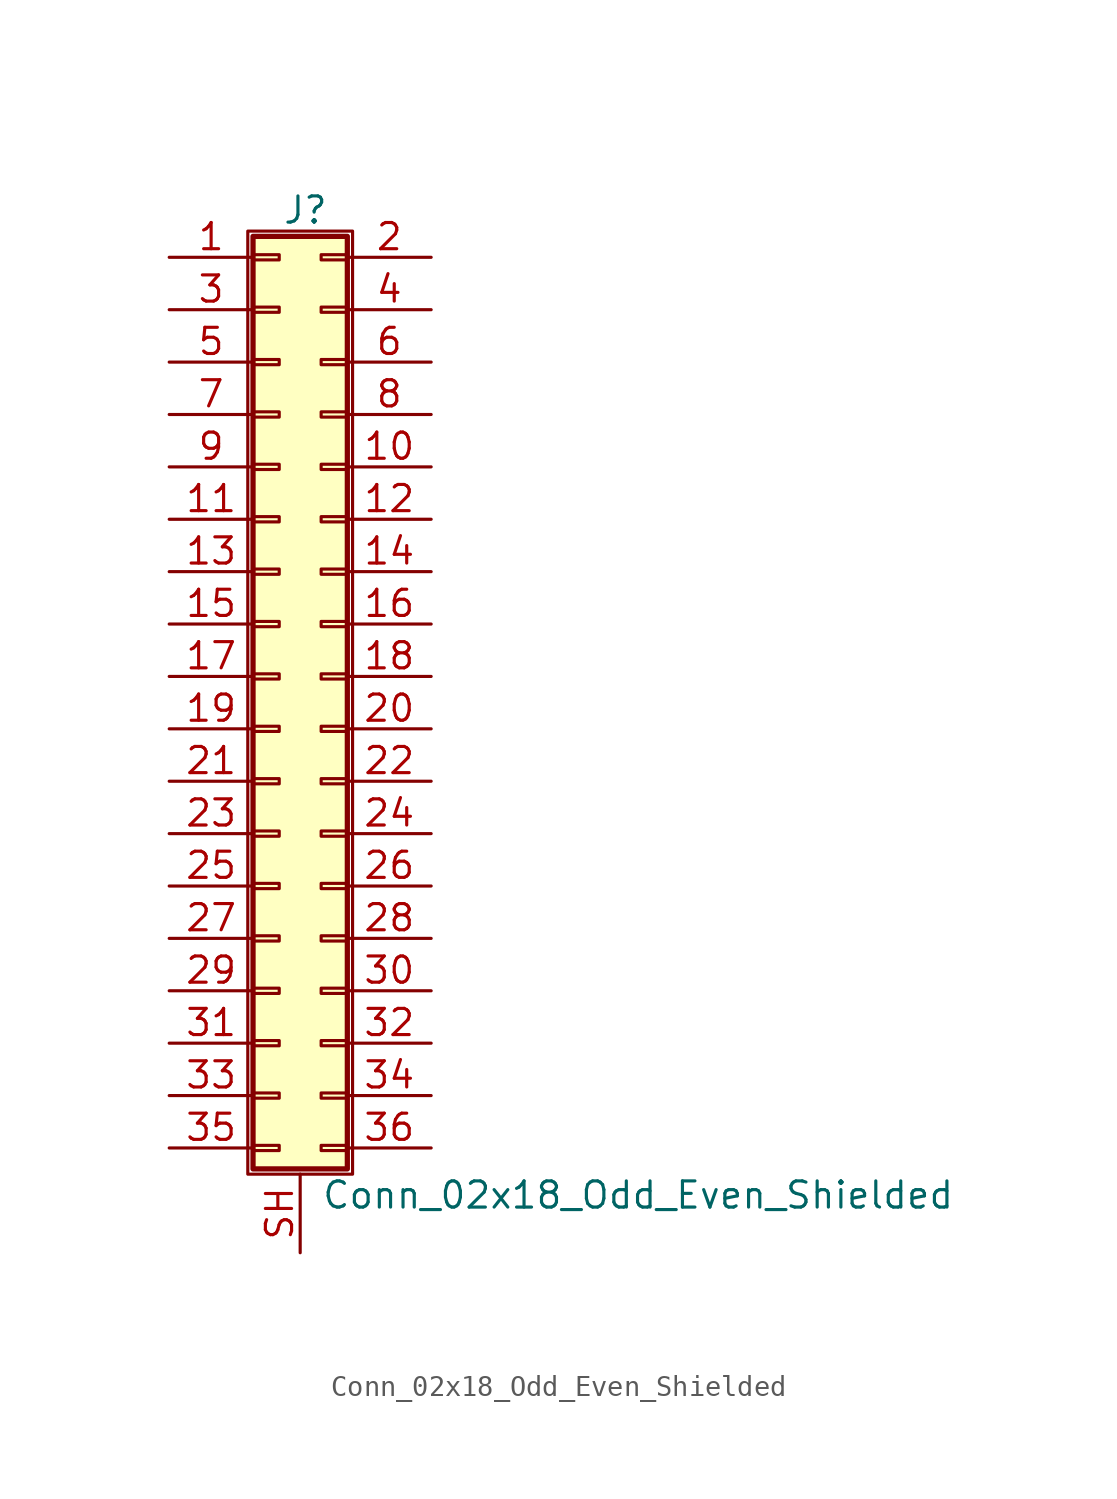
<source format=kicad_sym>
(kicad_symbol_lib
  (version 20201005)
  (generator kicad_symbol_editor)
  (symbol "Conn_02x18_Odd_Even_Shielded"
    (pin_names
      (offset 1.016) hide)
    (property "Reference" "J"
      (at 1.524 22.606 0)
      (effects (font (size 1.27 1.27))))
    (property "Value" "Conn_02x18_Odd_Even_Shielded"
      (at 2.286 -25.146 0)
      (effects (font (size 1.27 1.27)) (justify left)))
    (symbol "Conn_02x18_Odd_Even_Shielded_1_1"
      (rectangle (start -1.27 21.59) (end 3.81 -24.13) (stroke (width 0.152)) (fill (type none)))
      (rectangle (start -1.016 -22.733) (end 0.254 -22.987) (stroke (width 0.152)) (fill (type none)))
      (rectangle (start -1.016 -20.193) (end 0.254 -20.447) (stroke (width 0.152)) (fill (type none)))
      (rectangle (start -1.016 -17.653) (end 0.254 -17.907) (stroke (width 0.152)) (fill (type none)))
      (rectangle (start -1.016 -15.113) (end 0.254 -15.367) (stroke (width 0.152)) (fill (type none)))
      (rectangle (start -1.016 -12.573) (end 0.254 -12.827) (stroke (width 0.152)) (fill (type none)))
      (rectangle (start -1.016 -10.033) (end 0.254 -10.287) (stroke (width 0.152)) (fill (type none)))
      (rectangle (start -1.016 -7.493) (end 0.254 -7.747) (stroke (width 0.152)) (fill (type none)))
      (rectangle (start -1.016 -4.953) (end 0.254 -5.207) (stroke (width 0.152)) (fill (type none)))
      (rectangle (start -1.016 -2.413) (end 0.254 -2.667) (stroke (width 0.152)) (fill (type none)))
      (rectangle (start -1.016 0.127) (end 0.254 -0.127) (stroke (width 0.152)) (fill (type none)))
      (rectangle (start -1.016 2.667) (end 0.254 2.413) (stroke (width 0.152)) (fill (type none)))
      (rectangle (start -1.016 5.207) (end 0.254 4.953) (stroke (width 0.152)) (fill (type none)))
      (rectangle (start -1.016 7.747) (end 0.254 7.493) (stroke (width 0.152)) (fill (type none)))
      (rectangle (start -1.016 10.287) (end 0.254 10.033) (stroke (width 0.152)) (fill (type none)))
      (rectangle (start -1.016 12.827) (end 0.254 12.573) (stroke (width 0.152)) (fill (type none)))
      (rectangle (start -1.016 15.367) (end 0.254 15.113) (stroke (width 0.152)) (fill (type none)))
      (rectangle (start -1.016 17.907) (end 0.254 17.653) (stroke (width 0.152)) (fill (type none)))
      (rectangle (start -1.016 20.447) (end 0.254 20.193) (stroke (width 0.152)) (fill (type none)))
      (rectangle (start 3.556 -22.733) (end 2.286 -22.987) (stroke (width 0.152)) (fill (type none)))
      (rectangle (start 3.556 -20.193) (end 2.286 -20.447) (stroke (width 0.152)) (fill (type none)))
      (rectangle (start 3.556 -17.653) (end 2.286 -17.907) (stroke (width 0.152)) (fill (type none)))
      (rectangle (start 3.556 -15.113) (end 2.286 -15.367) (stroke (width 0.152)) (fill (type none)))
      (rectangle (start 3.556 -12.573) (end 2.286 -12.827) (stroke (width 0.152)) (fill (type none)))
      (rectangle (start 3.556 -10.033) (end 2.286 -10.287) (stroke (width 0.152)) (fill (type none)))
      (rectangle (start 3.556 -7.493) (end 2.286 -7.747) (stroke (width 0.152)) (fill (type none)))
      (rectangle (start 3.556 -4.953) (end 2.286 -5.207) (stroke (width 0.152)) (fill (type none)))
      (rectangle (start 3.556 -2.413) (end 2.286 -2.667) (stroke (width 0.152)) (fill (type none)))
      (rectangle (start 3.556 0.127) (end 2.286 -0.127) (stroke (width 0.152)) (fill (type none)))
      (rectangle (start 3.556 2.667) (end 2.286 2.413) (stroke (width 0.152)) (fill (type none)))
      (rectangle (start 3.556 5.207) (end 2.286 4.953) (stroke (width 0.152)) (fill (type none)))
      (rectangle (start 3.556 7.747) (end 2.286 7.493) (stroke (width 0.152)) (fill (type none)))
      (rectangle (start 3.556 10.287) (end 2.286 10.033) (stroke (width 0.152)) (fill (type none)))
      (rectangle (start 3.556 12.827) (end 2.286 12.573) (stroke (width 0.152)) (fill (type none)))
      (rectangle (start 3.556 15.367) (end 2.286 15.113) (stroke (width 0.152)) (fill (type none)))
      (rectangle (start 3.556 17.907) (end 2.286 17.653) (stroke (width 0.152)) (fill (type none)))
      (rectangle (start 3.556 20.447) (end 2.286 20.193) (stroke (width 0.152)) (fill (type none)))
      (rectangle (start -1.016 21.336) (end 3.556 -23.876) (stroke (width 0.254)) (fill (type background)))
      (pin passive line (at -5.08 20.32 0) (length 4.064) (name "Pin_1" (effects (font (size 1.27 1.27)))) (number "1" (effects (font (size 1.27 1.27)))))
      (pin passive line (at 7.62 10.16 180) (length 4.064) (name "Pin_10" (effects (font (size 1.27 1.27)))) (number "10" (effects (font (size 1.27 1.27)))))
      (pin passive line (at -5.08 7.62 0) (length 4.064) (name "Pin_11" (effects (font (size 1.27 1.27)))) (number "11" (effects (font (size 1.27 1.27)))))
      (pin passive line (at 7.62 7.62 180) (length 4.064) (name "Pin_12" (effects (font (size 1.27 1.27)))) (number "12" (effects (font (size 1.27 1.27)))))
      (pin passive line (at -5.08 5.08 0) (length 4.064) (name "Pin_13" (effects (font (size 1.27 1.27)))) (number "13" (effects (font (size 1.27 1.27)))))
      (pin passive line (at 7.62 5.08 180) (length 4.064) (name "Pin_14" (effects (font (size 1.27 1.27)))) (number "14" (effects (font (size 1.27 1.27)))))
      (pin passive line (at -5.08 2.54 0) (length 4.064) (name "Pin_15" (effects (font (size 1.27 1.27)))) (number "15" (effects (font (size 1.27 1.27)))))
      (pin passive line (at 7.62 2.54 180) (length 4.064) (name "Pin_16" (effects (font (size 1.27 1.27)))) (number "16" (effects (font (size 1.27 1.27)))))
      (pin passive line (at -5.08 0 0) (length 4.064) (name "Pin_17" (effects (font (size 1.27 1.27)))) (number "17" (effects (font (size 1.27 1.27)))))
      (pin passive line (at 7.62 0 180) (length 4.064) (name "Pin_18" (effects (font (size 1.27 1.27)))) (number "18" (effects (font (size 1.27 1.27)))))
      (pin passive line (at -5.08 -2.54 0) (length 4.064) (name "Pin_19" (effects (font (size 1.27 1.27)))) (number "19" (effects (font (size 1.27 1.27)))))
      (pin passive line (at 7.62 20.32 180) (length 4.064) (name "Pin_2" (effects (font (size 1.27 1.27)))) (number "2" (effects (font (size 1.27 1.27)))))
      (pin passive line (at 7.62 -2.54 180) (length 4.064) (name "Pin_20" (effects (font (size 1.27 1.27)))) (number "20" (effects (font (size 1.27 1.27)))))
      (pin passive line (at -5.08 -5.08 0) (length 4.064) (name "Pin_21" (effects (font (size 1.27 1.27)))) (number "21" (effects (font (size 1.27 1.27)))))
      (pin passive line (at 7.62 -5.08 180) (length 4.064) (name "Pin_22" (effects (font (size 1.27 1.27)))) (number "22" (effects (font (size 1.27 1.27)))))
      (pin passive line (at -5.08 -7.62 0) (length 4.064) (name "Pin_23" (effects (font (size 1.27 1.27)))) (number "23" (effects (font (size 1.27 1.27)))))
      (pin passive line (at 7.62 -7.62 180) (length 4.064) (name "Pin_24" (effects (font (size 1.27 1.27)))) (number "24" (effects (font (size 1.27 1.27)))))
      (pin passive line (at -5.08 -10.16 0) (length 4.064) (name "Pin_25" (effects (font (size 1.27 1.27)))) (number "25" (effects (font (size 1.27 1.27)))))
      (pin passive line (at 7.62 -10.16 180) (length 4.064) (name "Pin_26" (effects (font (size 1.27 1.27)))) (number "26" (effects (font (size 1.27 1.27)))))
      (pin passive line (at -5.08 -12.7 0) (length 4.064) (name "Pin_27" (effects (font (size 1.27 1.27)))) (number "27" (effects (font (size 1.27 1.27)))))
      (pin passive line (at 7.62 -12.7 180) (length 4.064) (name "Pin_28" (effects (font (size 1.27 1.27)))) (number "28" (effects (font (size 1.27 1.27)))))
      (pin passive line (at -5.08 -15.24 0) (length 4.064) (name "Pin_29" (effects (font (size 1.27 1.27)))) (number "29" (effects (font (size 1.27 1.27)))))
      (pin passive line (at -5.08 17.78 0) (length 4.064) (name "Pin_3" (effects (font (size 1.27 1.27)))) (number "3" (effects (font (size 1.27 1.27)))))
      (pin passive line (at 7.62 -15.24 180) (length 4.064) (name "Pin_30" (effects (font (size 1.27 1.27)))) (number "30" (effects (font (size 1.27 1.27)))))
      (pin passive line (at -5.08 -17.78 0) (length 4.064) (name "Pin_31" (effects (font (size 1.27 1.27)))) (number "31" (effects (font (size 1.27 1.27)))))
      (pin passive line (at 7.62 -17.78 180) (length 4.064) (name "Pin_32" (effects (font (size 1.27 1.27)))) (number "32" (effects (font (size 1.27 1.27)))))
      (pin passive line (at -5.08 -20.32 0) (length 4.064) (name "Pin_33" (effects (font (size 1.27 1.27)))) (number "33" (effects (font (size 1.27 1.27)))))
      (pin passive line (at 7.62 -20.32 180) (length 4.064) (name "Pin_34" (effects (font (size 1.27 1.27)))) (number "34" (effects (font (size 1.27 1.27)))))
      (pin passive line (at -5.08 -22.86 0) (length 4.064) (name "Pin_35" (effects (font (size 1.27 1.27)))) (number "35" (effects (font (size 1.27 1.27)))))
      (pin passive line (at 7.62 -22.86 180) (length 4.064) (name "Pin_36" (effects (font (size 1.27 1.27)))) (number "36" (effects (font (size 1.27 1.27)))))
      (pin passive line (at 7.62 17.78 180) (length 4.064) (name "Pin_4" (effects (font (size 1.27 1.27)))) (number "4" (effects (font (size 1.27 1.27)))))
      (pin passive line (at -5.08 15.24 0) (length 4.064) (name "Pin_5" (effects (font (size 1.27 1.27)))) (number "5" (effects (font (size 1.27 1.27)))))
      (pin passive line (at 7.62 15.24 180) (length 4.064) (name "Pin_6" (effects (font (size 1.27 1.27)))) (number "6" (effects (font (size 1.27 1.27)))))
      (pin passive line (at -5.08 12.7 0) (length 4.064) (name "Pin_7" (effects (font (size 1.27 1.27)))) (number "7" (effects (font (size 1.27 1.27)))))
      (pin passive line (at 7.62 12.7 180) (length 4.064) (name "Pin_8" (effects (font (size 1.27 1.27)))) (number "8" (effects (font (size 1.27 1.27)))))
      (pin passive line (at -5.08 10.16 0) (length 4.064) (name "Pin_9" (effects (font (size 1.27 1.27)))) (number "9" (effects (font (size 1.27 1.27)))))
      (pin passive line (at 1.27 -27.94 90) (length 3.81) (name "Shield" (effects (font (size 1.27 1.27)))) (number "SH" (effects (font (size 1.27 1.27))))))))
</source>
